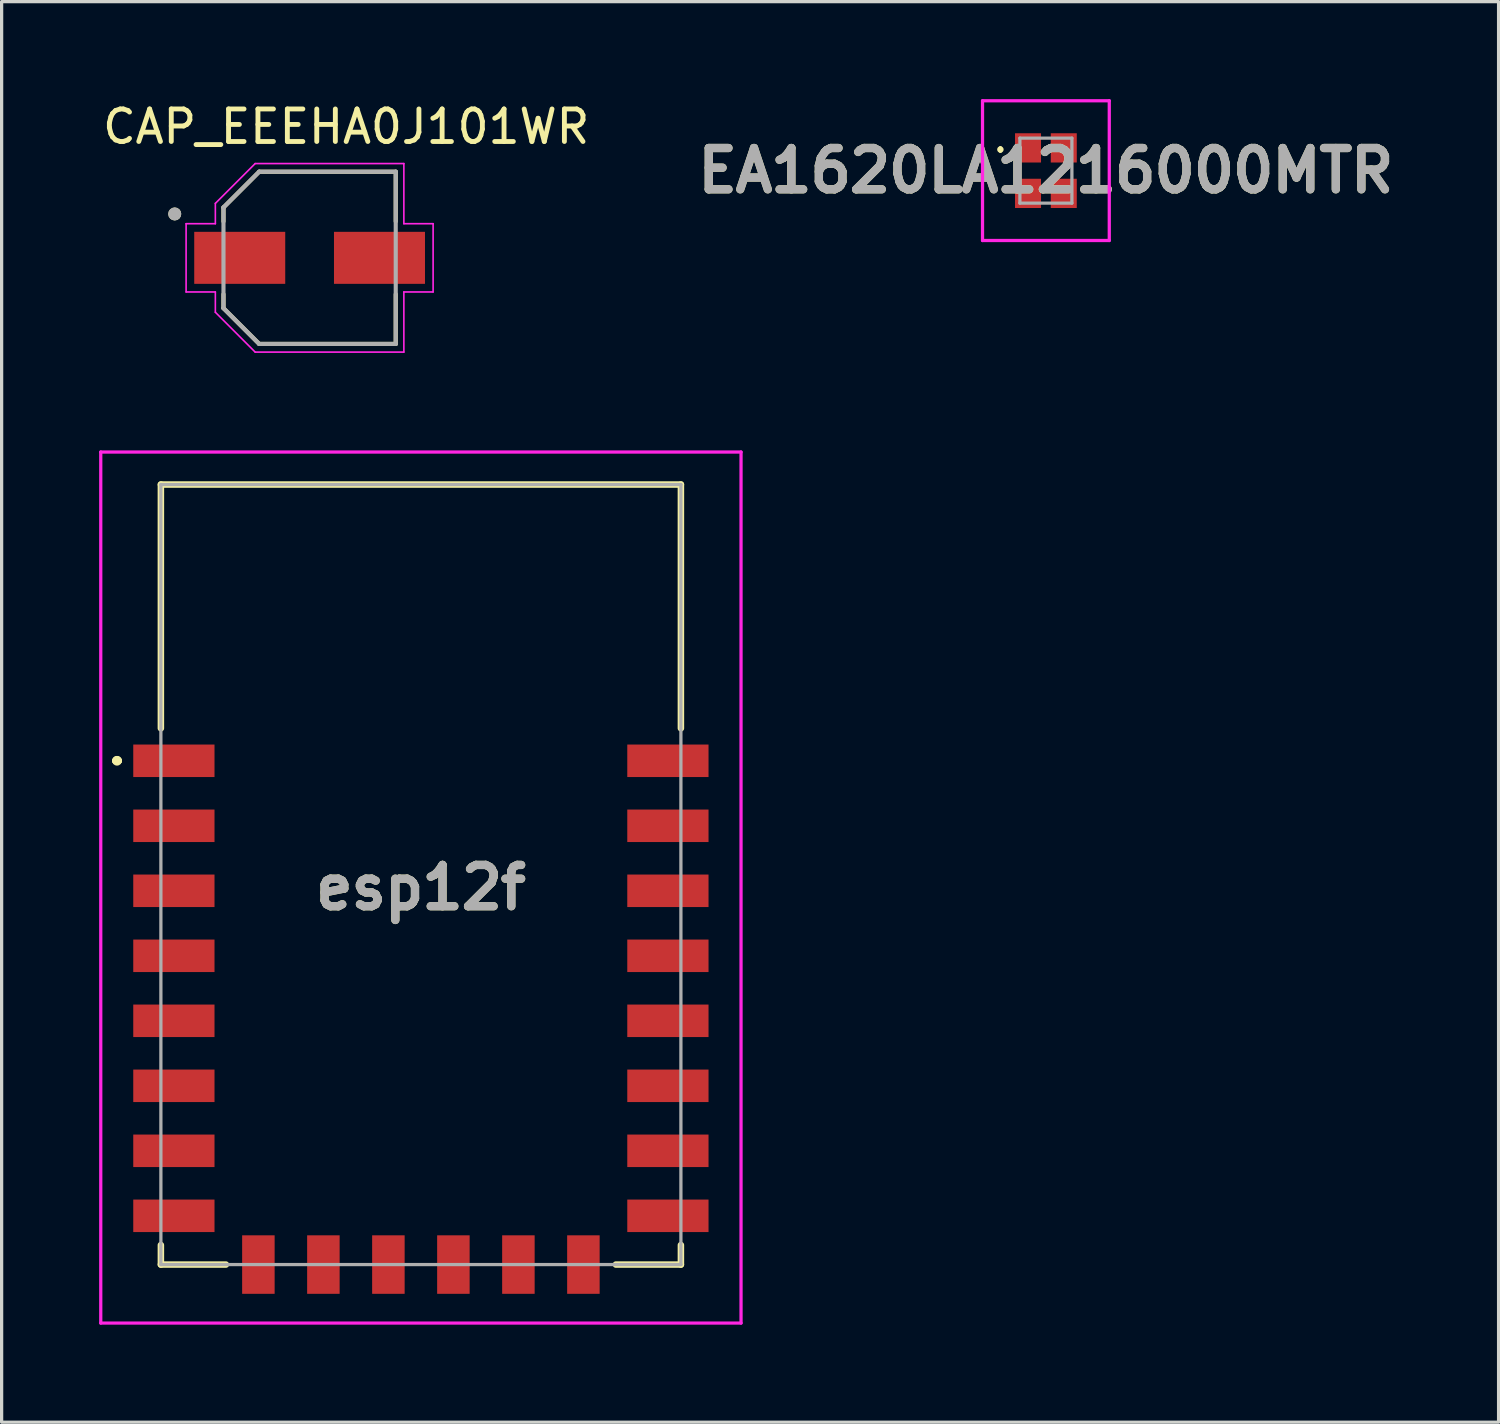
<source format=kicad_pcb>
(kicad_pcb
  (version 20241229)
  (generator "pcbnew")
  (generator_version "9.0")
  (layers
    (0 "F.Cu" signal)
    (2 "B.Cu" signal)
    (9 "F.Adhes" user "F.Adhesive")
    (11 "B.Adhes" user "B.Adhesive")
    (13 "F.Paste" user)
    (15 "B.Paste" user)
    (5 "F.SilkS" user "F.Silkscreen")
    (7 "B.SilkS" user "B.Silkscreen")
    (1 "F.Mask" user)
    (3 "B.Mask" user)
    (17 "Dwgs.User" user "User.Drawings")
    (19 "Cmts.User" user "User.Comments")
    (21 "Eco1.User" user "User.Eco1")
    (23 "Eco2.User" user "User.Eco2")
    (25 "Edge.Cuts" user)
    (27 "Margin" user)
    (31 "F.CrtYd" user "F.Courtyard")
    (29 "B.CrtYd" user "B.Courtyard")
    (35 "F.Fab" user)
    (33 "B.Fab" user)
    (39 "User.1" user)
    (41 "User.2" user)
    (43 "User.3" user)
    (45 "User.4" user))
  (footprint "EA1620LA1216000MTR"
    (layer "F.Cu")
    (at 29.13 2.2)
    (property "Reference" "EA1620LA1216000MTR" (at 0 0 0) (layer "F.SilkS") (effects (font (size 1.27 1.27) (thickness 0.254))))
    (attr smd)
    (fp_line (start -1.4 -0.7) (end -1.4 -0.7) (stroke (width 0.1) (type solid)) (layer "F.SilkS"))
    (fp_line (start -1.4 -0.6) (end -1.4 -0.6) (stroke (width 0.1) (type solid)) (layer "F.SilkS"))
    (fp_arc (start -1.4 -0.7) (mid -1.35 -0.65) (end -1.4 -0.6) (stroke (width 0.1) (type solid)) (layer "F.SilkS"))
    (fp_arc (start -1.4 -0.6) (mid -1.45 -0.65) (end -1.4 -0.7) (stroke (width 0.1) (type solid)) (layer "F.SilkS"))
    (fp_line (start -1.95 -2.15) (end 1.95 -2.15) (stroke (width 0.1) (type solid)) (layer "F.CrtYd"))
    (fp_line (start -1.95 2.15) (end -1.95 -2.15) (stroke (width 0.1) (type solid)) (layer "F.CrtYd"))
    (fp_line (start 1.95 -2.15) (end 1.95 2.15) (stroke (width 0.1) (type solid)) (layer "F.CrtYd"))
    (fp_line (start 1.95 2.15) (end -1.95 2.15) (stroke (width 0.1) (type solid)) (layer "F.CrtYd"))
    (fp_line (start -0.8 -1) (end 0.8 -1) (stroke (width 0.1) (type solid)) (layer "F.Fab"))
    (fp_line (start -0.8 1) (end -0.8 -1) (stroke (width 0.1) (type solid)) (layer "F.Fab"))
    (fp_line (start 0.8 -1) (end 0.8 1) (stroke (width 0.1) (type solid)) (layer "F.Fab"))
    (fp_line (start 0.8 1) (end -0.8 1) (stroke (width 0.1) (type solid)) (layer "F.Fab"))
    (fp_text user "${REFERENCE}" (at 0 0 0) (layer "F.Fab") (effects (font (size 1.27 1.27) (thickness 0.254))))
    (pad "1" smd rect (at -0.55 -0.7) (size 0.8 0.9) (layers "F.Cu" "F.Mask" "F.Paste"))
    (pad "2" smd rect (at -0.55 0.7) (size 0.8 0.9) (layers "F.Cu" "F.Mask" "F.Paste"))
    (pad "3" smd rect (at 0.55 0.7) (size 0.8 0.9) (layers "F.Cu" "F.Mask" "F.Paste"))
    (pad "4" smd rect (at 0.55 -0.7) (size 0.8 0.9) (layers "F.Cu" "F.Mask" "F.Paste")))
  (footprint "esp12f"
    (layer "F.Cu")
    (at 9.9 23.858)
    (property "Reference" "esp12f" (at 0 0.4 0) (layer "F.SilkS") (effects (font (size 1.27 1.27) (thickness 0.254))))
    (attr smd)
    (fp_line (start -9.4 -3.5) (end -9.4 -3.5) (stroke (width 0.2) (type solid)) (layer "F.SilkS"))
    (fp_line (start -9.3 -3.5) (end -9.3 -3.5) (stroke (width 0.2) (type solid)) (layer "F.SilkS"))
    (fp_line (start -9.3 -3.5) (end -9.3 -3.5) (stroke (width 0.2) (type solid)) (layer "F.SilkS"))
    (fp_line (start -8 -12) (end 8 -12) (stroke (width 0.2) (type solid)) (layer "F.SilkS"))
    (fp_line (start -8 -4.5) (end -8 -12) (stroke (width 0.2) (type solid)) (layer "F.SilkS"))
    (fp_line (start -8 11.4) (end -8 12) (stroke (width 0.2) (type solid)) (layer "F.SilkS"))
    (fp_line (start -8 12) (end -6 12) (stroke (width 0.2) (type solid)) (layer "F.SilkS"))
    (fp_line (start 6 12) (end 8 12) (stroke (width 0.2) (type solid)) (layer "F.SilkS"))
    (fp_line (start 8 -12) (end 8 -4.5) (stroke (width 0.2) (type solid)) (layer "F.SilkS"))
    (fp_line (start 8 12) (end 8 11.4) (stroke (width 0.2) (type solid)) (layer "F.SilkS"))
    (fp_arc (start -9.4 -3.5) (mid -9.35 -3.55) (end -9.3 -3.5) (stroke (width 0.2) (type solid)) (layer "F.SilkS"))
    (fp_arc (start -9.4 -3.5) (mid -9.35 -3.55) (end -9.3 -3.5) (stroke (width 0.2) (type solid)) (layer "F.SilkS"))
    (fp_arc (start -9.3 -3.5) (mid -9.35 -3.45) (end -9.4 -3.5) (stroke (width 0.2) (type solid)) (layer "F.SilkS"))
    (fp_line (start -9.85 -13) (end -9.85 13.8) (stroke (width 0.1) (type solid)) (layer "F.CrtYd"))
    (fp_line (start -9.85 13.8) (end 9.85 13.8) (stroke (width 0.1) (type solid)) (layer "F.CrtYd"))
    (fp_line (start 9.85 -13) (end -9.85 -13) (stroke (width 0.1) (type solid)) (layer "F.CrtYd"))
    (fp_line (start 9.85 13.8) (end 9.85 -13) (stroke (width 0.1) (type solid)) (layer "F.CrtYd"))
    (fp_line (start -8 -12) (end 8 -12) (stroke (width 0.1) (type solid)) (layer "F.Fab"))
    (fp_line (start -8 12) (end -8 -12) (stroke (width 0.1) (type solid)) (layer "F.Fab"))
    (fp_line (start 8 -12) (end 8 12) (stroke (width 0.1) (type solid)) (layer "F.Fab"))
    (fp_line (start 8 12) (end -8 12) (stroke (width 0.1) (type solid)) (layer "F.Fab"))
    (fp_text user "${REFERENCE}" (at 0 0.4 0) (layer "F.Fab") (effects (font (size 1.27 1.27) (thickness 0.254))))
    (pad "1" smd rect (at -7.6 -3.5 90) (size 1 2.5) (layers "F.Cu" "F.Mask" "F.Paste"))
    (pad "2" smd rect (at -7.6 -1.5 90) (size 1 2.5) (layers "F.Cu" "F.Mask" "F.Paste"))
    (pad "3" smd rect (at -7.6 0.5 90) (size 1 2.5) (layers "F.Cu" "F.Mask" "F.Paste"))
    (pad "4" smd rect (at -7.6 2.5 90) (size 1 2.5) (layers "F.Cu" "F.Mask" "F.Paste"))
    (pad "5" smd rect (at -7.6 4.5 90) (size 1 2.5) (layers "F.Cu" "F.Mask" "F.Paste"))
    (pad "6" smd rect (at -7.6 6.5 90) (size 1 2.5) (layers "F.Cu" "F.Mask" "F.Paste"))
    (pad "7" smd rect (at -7.6 8.5 90) (size 1 2.5) (layers "F.Cu" "F.Mask" "F.Paste"))
    (pad "8" smd rect (at -7.6 10.5 90) (size 1 2.5) (layers "F.Cu" "F.Mask" "F.Paste"))
    (pad "9" smd rect (at -5 12) (size 1 1.8) (layers "F.Cu" "F.Mask" "F.Paste"))
    (pad "10" smd rect (at -3 12) (size 1 1.8) (layers "F.Cu" "F.Mask" "F.Paste"))
    (pad "11" smd rect (at -1 12) (size 1 1.8) (layers "F.Cu" "F.Mask" "F.Paste"))
    (pad "12" smd rect (at 1 12) (size 1 1.8) (layers "F.Cu" "F.Mask" "F.Paste"))
    (pad "13" smd rect (at 3 12) (size 1 1.8) (layers "F.Cu" "F.Mask" "F.Paste"))
    (pad "14" smd rect (at 5 12) (size 1 1.8) (layers "F.Cu" "F.Mask" "F.Paste"))
    (pad "15" smd rect (at 7.6 10.5 90) (size 1 2.5) (layers "F.Cu" "F.Mask" "F.Paste"))
    (pad "16" smd rect (at 7.6 8.5 90) (size 1 2.5) (layers "F.Cu" "F.Mask" "F.Paste"))
    (pad "17" smd rect (at 7.6 6.5 90) (size 1 2.5) (layers "F.Cu" "F.Mask" "F.Paste"))
    (pad "18" smd rect (at 7.6 4.5 90) (size 1 2.5) (layers "F.Cu" "F.Mask" "F.Paste"))
    (pad "19" smd rect (at 7.6 2.5 90) (size 1 2.5) (layers "F.Cu" "F.Mask" "F.Paste"))
    (pad "20" smd rect (at 7.6 0.5 90) (size 1 2.5) (layers "F.Cu" "F.Mask" "F.Paste"))
    (pad "21" smd rect (at 7.6 -1.5 90) (size 1 2.5) (layers "F.Cu" "F.Mask" "F.Paste"))
    (pad "22" smd rect (at 7.6 -3.5 90) (size 1 2.5) (layers "F.Cu" "F.Mask" "F.Paste")))
  (footprint "CAP_EEEHA0J101WR"
    (layer "F.Cu")
    (at 6.476 4.883)
    (property "Reference" "CAP_EEEHA0J101WR" (at 1.125 -4.035 0) (layer "F.SilkS") (effects (font (size 1 1) (thickness 0.15))))
    (attr through_hole)
    (fp_line (start -2.65 -1.55) (end -2.65 -1.12) (stroke (width 0.127) (type solid)) (layer "F.SilkS"))
    (fp_line (start -2.65 1.12) (end -2.65 1.55) (stroke (width 0.127) (type solid)) (layer "F.SilkS"))
    (fp_line (start -2.65 1.55) (end -1.55 2.65) (stroke (width 0.127) (type solid)) (layer "F.SilkS"))
    (fp_line (start -1.55 -2.65) (end -2.65 -1.55) (stroke (width 0.127) (type solid)) (layer "F.SilkS"))
    (fp_line (start -1.55 2.65) (end 2.65 2.65) (stroke (width 0.127) (type solid)) (layer "F.SilkS"))
    (fp_line (start 2.65 -2.65) (end -1.55 -2.65) (stroke (width 0.127) (type solid)) (layer "F.SilkS"))
    (fp_line (start 2.65 -1.12) (end 2.65 -2.65) (stroke (width 0.127) (type solid)) (layer "F.SilkS"))
    (fp_line (start 2.65 2.65) (end 2.65 1.12) (stroke (width 0.127) (type solid)) (layer "F.SilkS"))
    (fp_circle (center -4.15 -1.35) (end -4.05 -1.35) (stroke (width 0.2) (type solid)) (fill no) (layer "F.SilkS"))
    (fp_line (start -3.8 -1.05) (end -2.9 -1.05) (stroke (width 0.05) (type solid)) (layer "F.CrtYd"))
    (fp_line (start -3.8 1.05) (end -3.8 -1.05) (stroke (width 0.05) (type solid)) (layer "F.CrtYd"))
    (fp_line (start -2.9 -1.675) (end -1.675 -2.9) (stroke (width 0.05) (type solid)) (layer "F.CrtYd"))
    (fp_line (start -2.9 -1.05) (end -2.9 -1.675) (stroke (width 0.05) (type solid)) (layer "F.CrtYd"))
    (fp_line (start -2.9 1.05) (end -3.8 1.05) (stroke (width 0.05) (type solid)) (layer "F.CrtYd"))
    (fp_line (start -2.9 1.675) (end -2.9 1.05) (stroke (width 0.05) (type solid)) (layer "F.CrtYd"))
    (fp_line (start -1.675 -2.9) (end 2.9 -2.9) (stroke (width 0.05) (type solid)) (layer "F.CrtYd"))
    (fp_line (start -1.675 2.9) (end -2.9 1.675) (stroke (width 0.05) (type solid)) (layer "F.CrtYd"))
    (fp_line (start 2.9 -2.9) (end 2.9 -1.05) (stroke (width 0.05) (type solid)) (layer "F.CrtYd"))
    (fp_line (start 2.9 -1.05) (end 3.8 -1.05) (stroke (width 0.05) (type solid)) (layer "F.CrtYd"))
    (fp_line (start 2.9 1.05) (end 2.9 2.9) (stroke (width 0.05) (type solid)) (layer "F.CrtYd"))
    (fp_line (start 2.9 2.9) (end -1.675 2.9) (stroke (width 0.05) (type solid)) (layer "F.CrtYd"))
    (fp_line (start 3.8 -1.05) (end 3.8 1.05) (stroke (width 0.05) (type solid)) (layer "F.CrtYd"))
    (fp_line (start 3.8 1.05) (end 2.9 1.05) (stroke (width 0.05) (type solid)) (layer "F.CrtYd"))
    (fp_line (start -2.65 -1.55) (end -2.65 1.55) (stroke (width 0.127) (type solid)) (layer "F.Fab"))
    (fp_line (start -2.65 1.55) (end -1.55 2.65) (stroke (width 0.127) (type solid)) (layer "F.Fab"))
    (fp_line (start -1.55 -2.65) (end -2.65 -1.55) (stroke (width 0.127) (type solid)) (layer "F.Fab"))
    (fp_line (start -1.55 2.65) (end 2.65 2.65) (stroke (width 0.127) (type solid)) (layer "F.Fab"))
    (fp_line (start 2.65 -2.65) (end -1.55 -2.65) (stroke (width 0.127) (type solid)) (layer "F.Fab"))
    (fp_line (start 2.65 2.65) (end 2.65 -2.65) (stroke (width 0.127) (type solid)) (layer "F.Fab"))
    (fp_circle (center -4.15 -1.35) (end -4.05 -1.35) (stroke (width 0.2) (type solid)) (fill no) (layer "F.Fab"))
    (pad "1" smd rect (at -2.15 0) (size 2.8 1.6) (layers "F.Cu" "F.Mask" "F.Paste"))
    (pad "2" smd rect (at 2.15 0) (size 2.8 1.6) (layers "F.Cu" "F.Mask" "F.Paste")))
  (gr_rect
    (start -3 -3)
    (end 43.058 40.708)
    (stroke (width 0.1) (type default))
    (fill no)
    (layer "Edge.Cuts")))
</source>
